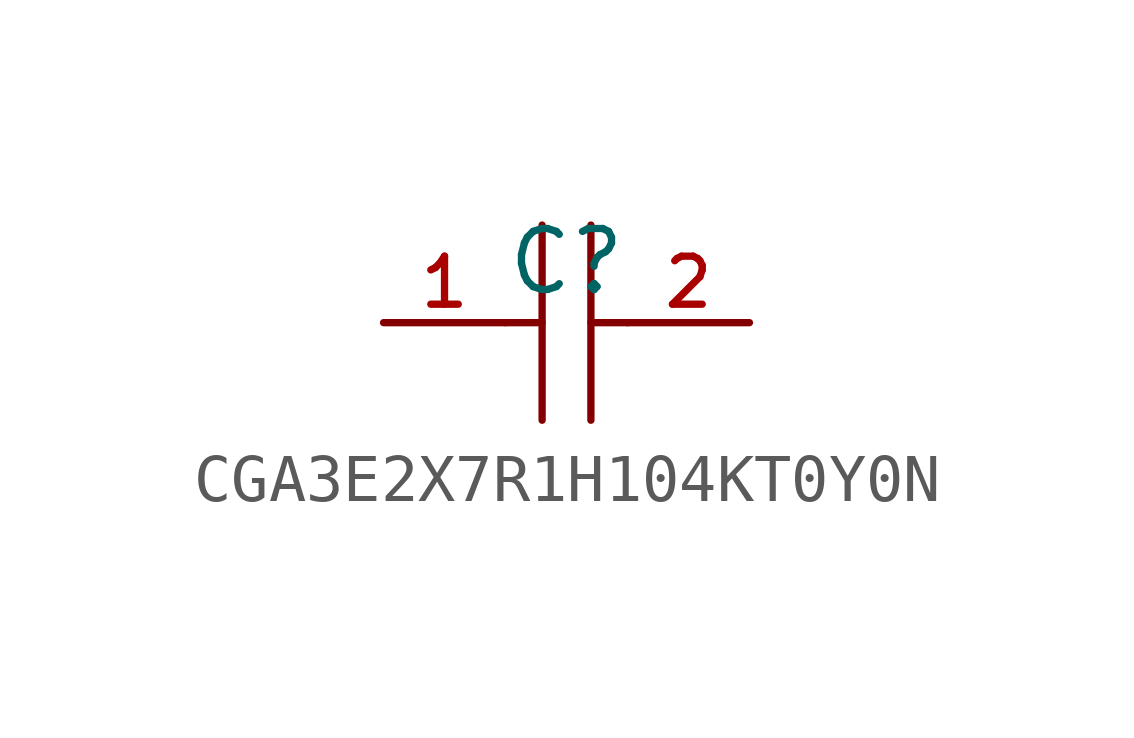
<source format=kicad_sym>
(kicad_symbol_lib
  (version 20210201)
  (generator TousstNicolas/JLC2KiCad_lib)
  (symbol "CGA3E2X7R1H104KT0Y0N"
    (pin_names hide)
    (property "Reference" "C"
      (at 0 1.27 0)
      (effects (font (size 1.27 1.27))))
    (symbol "CGA3E2X7R1H104KT0Y0N_0_1"
      (polyline (pts (xy -0.508 2.032) (xy -0.508 -2.032)) (stroke (width 0) (type default) (color 0 0 0 0)) (fill (type none)))
      (polyline (pts (xy 0.508 2.032) (xy 0.508 -2.032)) (stroke (width 0) (type default) (color 0 0 0 0)) (fill (type none)))
      (pin input line (at -3.81 -0.0 0) (length 2.54) (name "1" (effects (font (size 1 1)))) (number "1" (effects (font (size 1 1)))))
      (pin input line (at 3.81 -0.0 180) (length 2.54) (name "2" (effects (font (size 1 1)))) (number "2" (effects (font (size 1 1)))))
      (polyline (pts (xy -1.27 -0.0) (xy -0.508 -0.0)) (stroke (width 0) (type default) (color 0 0 0 0)) (fill (type none)))
      (polyline (pts (xy 0.508 -0.0) (xy 1.27 -0.0)) (stroke (width 0) (type default) (color 0 0 0 0)) (fill (type none))))))
</source>
